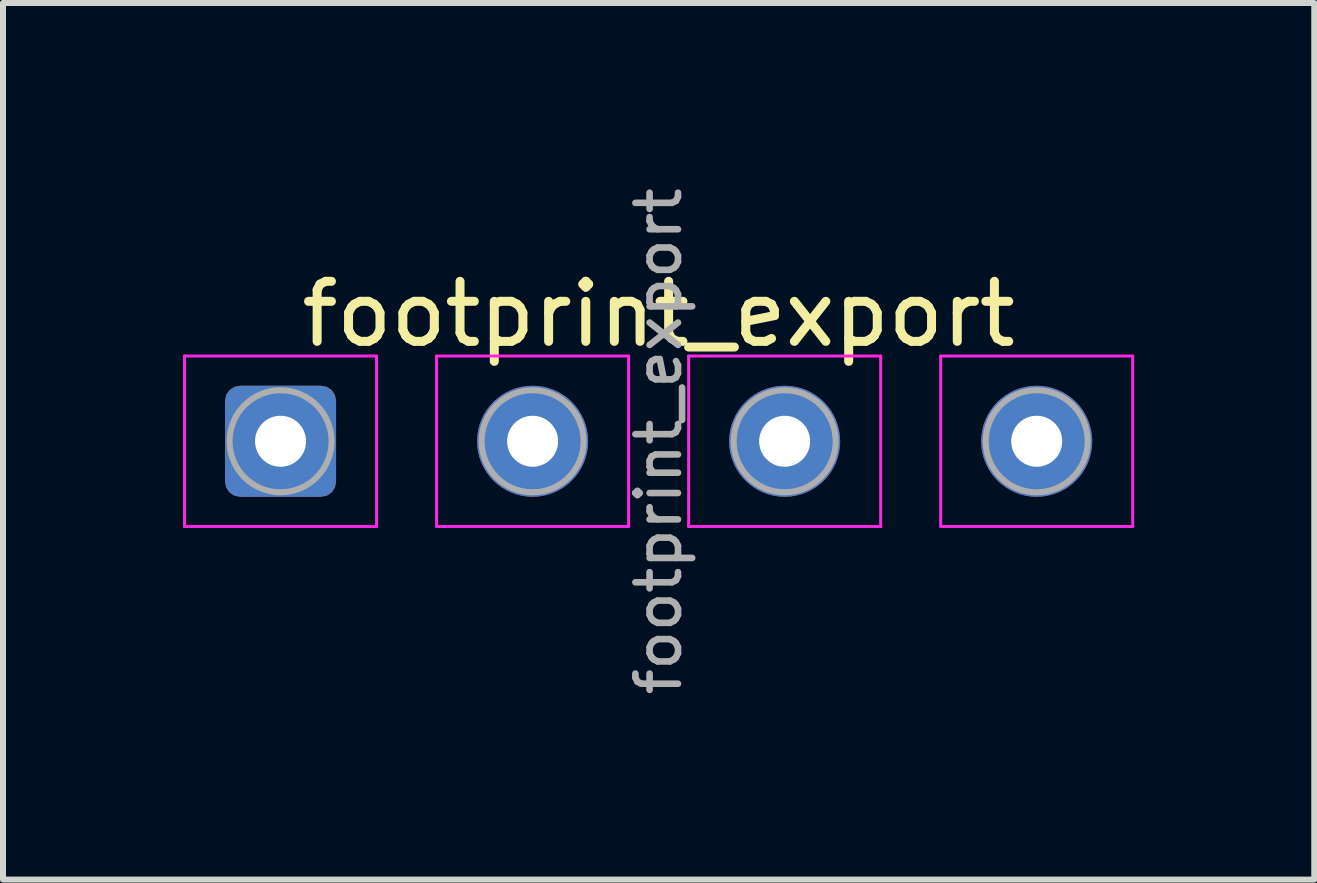
<source format=kicad_pcb>
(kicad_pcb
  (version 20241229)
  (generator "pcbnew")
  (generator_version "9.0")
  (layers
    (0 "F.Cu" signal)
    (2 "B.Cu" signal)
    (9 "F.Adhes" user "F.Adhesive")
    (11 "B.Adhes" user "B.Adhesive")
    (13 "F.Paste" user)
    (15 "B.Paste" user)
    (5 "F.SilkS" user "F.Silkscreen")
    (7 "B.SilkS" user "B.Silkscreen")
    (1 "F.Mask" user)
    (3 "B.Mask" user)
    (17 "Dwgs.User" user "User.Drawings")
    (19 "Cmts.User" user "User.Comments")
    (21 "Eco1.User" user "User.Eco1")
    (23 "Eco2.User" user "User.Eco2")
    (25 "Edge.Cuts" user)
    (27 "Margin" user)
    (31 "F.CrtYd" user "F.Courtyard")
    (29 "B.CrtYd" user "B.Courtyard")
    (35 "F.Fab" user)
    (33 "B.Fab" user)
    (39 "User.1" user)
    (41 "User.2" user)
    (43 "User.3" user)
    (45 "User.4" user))
  (footprint "footprint_export"
    (layer "F.Cu")
    (at 1.625 4.303)
    (property "Reference" "footprint_export" (at 6.3 -2.12 0) (layer "F.SilkS") (effects (font (size 1 1) (thickness 0.15))))
    (attr exclude_from_pos_files exclude_from_bom)
    (fp_line (start -1.6 -1.42) (end -1.6 1.42) (stroke (width 0.05) (type solid)) (layer "F.CrtYd"))
    (fp_line (start -1.6 1.42) (end 1.6 1.42) (stroke (width 0.05) (type solid)) (layer "F.CrtYd"))
    (fp_line (start 1.6 -1.42) (end -1.6 -1.42) (stroke (width 0.05) (type solid)) (layer "F.CrtYd"))
    (fp_line (start 1.6 1.42) (end 1.6 -1.42) (stroke (width 0.05) (type solid)) (layer "F.CrtYd"))
    (fp_line (start 2.6 -1.42) (end 2.6 1.42) (stroke (width 0.05) (type solid)) (layer "F.CrtYd"))
    (fp_line (start 2.6 1.42) (end 5.8 1.42) (stroke (width 0.05) (type solid)) (layer "F.CrtYd"))
    (fp_line (start 5.8 -1.42) (end 2.6 -1.42) (stroke (width 0.05) (type solid)) (layer "F.CrtYd"))
    (fp_line (start 5.8 1.42) (end 5.8 -1.42) (stroke (width 0.05) (type solid)) (layer "F.CrtYd"))
    (fp_line (start 6.8 -1.42) (end 6.8 1.42) (stroke (width 0.05) (type solid)) (layer "F.CrtYd"))
    (fp_line (start 6.8 1.42) (end 10 1.42) (stroke (width 0.05) (type solid)) (layer "F.CrtYd"))
    (fp_line (start 10 -1.42) (end 6.8 -1.42) (stroke (width 0.05) (type solid)) (layer "F.CrtYd"))
    (fp_line (start 10 1.42) (end 10 -1.42) (stroke (width 0.05) (type solid)) (layer "F.CrtYd"))
    (fp_line (start 11 -1.42) (end 11 1.42) (stroke (width 0.05) (type solid)) (layer "F.CrtYd"))
    (fp_line (start 11 1.42) (end 14.2 1.42) (stroke (width 0.05) (type solid)) (layer "F.CrtYd"))
    (fp_line (start 14.2 -1.42) (end 11 -1.42) (stroke (width 0.05) (type solid)) (layer "F.CrtYd"))
    (fp_line (start 14.2 1.42) (end 14.2 -1.42) (stroke (width 0.05) (type solid)) (layer "F.CrtYd"))
    (fp_circle (center 0 0) (end 0.85 0) (stroke (width 0.1) (type solid)) (fill no) (layer "F.Fab"))
    (fp_circle (center 4.2 0) (end 5.05 0) (stroke (width 0.1) (type solid)) (fill no) (layer "F.Fab"))
    (fp_circle (center 8.4 0) (end 9.25 0) (stroke (width 0.1) (type solid)) (fill no) (layer "F.Fab"))
    (fp_circle (center 12.6 0) (end 13.45 0) (stroke (width 0.1) (type solid)) (fill no) (layer "F.Fab"))
    (fp_text user "${REFERENCE}" (at 6.3 0 90) (layer "F.Fab") (effects (font (size 0.71 0.71) (thickness 0.11))))
    (pad "1" thru_hole roundrect (at 0 0) (size 1.85 1.85) (drill 0.85) (layers "*.Cu" "*.Mask") (roundrect_rratio 0.135))
    (pad "2" thru_hole circle (at 4.2 0) (size 1.85 1.85) (drill 0.85) (layers "*.Cu" "*.Mask"))
    (pad "3" thru_hole circle (at 8.4 0) (size 1.85 1.85) (drill 0.85) (layers "*.Cu" "*.Mask"))
    (pad "4" thru_hole circle (at 12.6 0) (size 1.85 1.85) (drill 0.85) (layers "*.Cu" "*.Mask")))
  (gr_rect
    (start -3 -3)
    (end 18.85 11.607)
    (stroke (width 0.1) (type default))
    (fill no)
    (layer "Edge.Cuts")))
</source>
